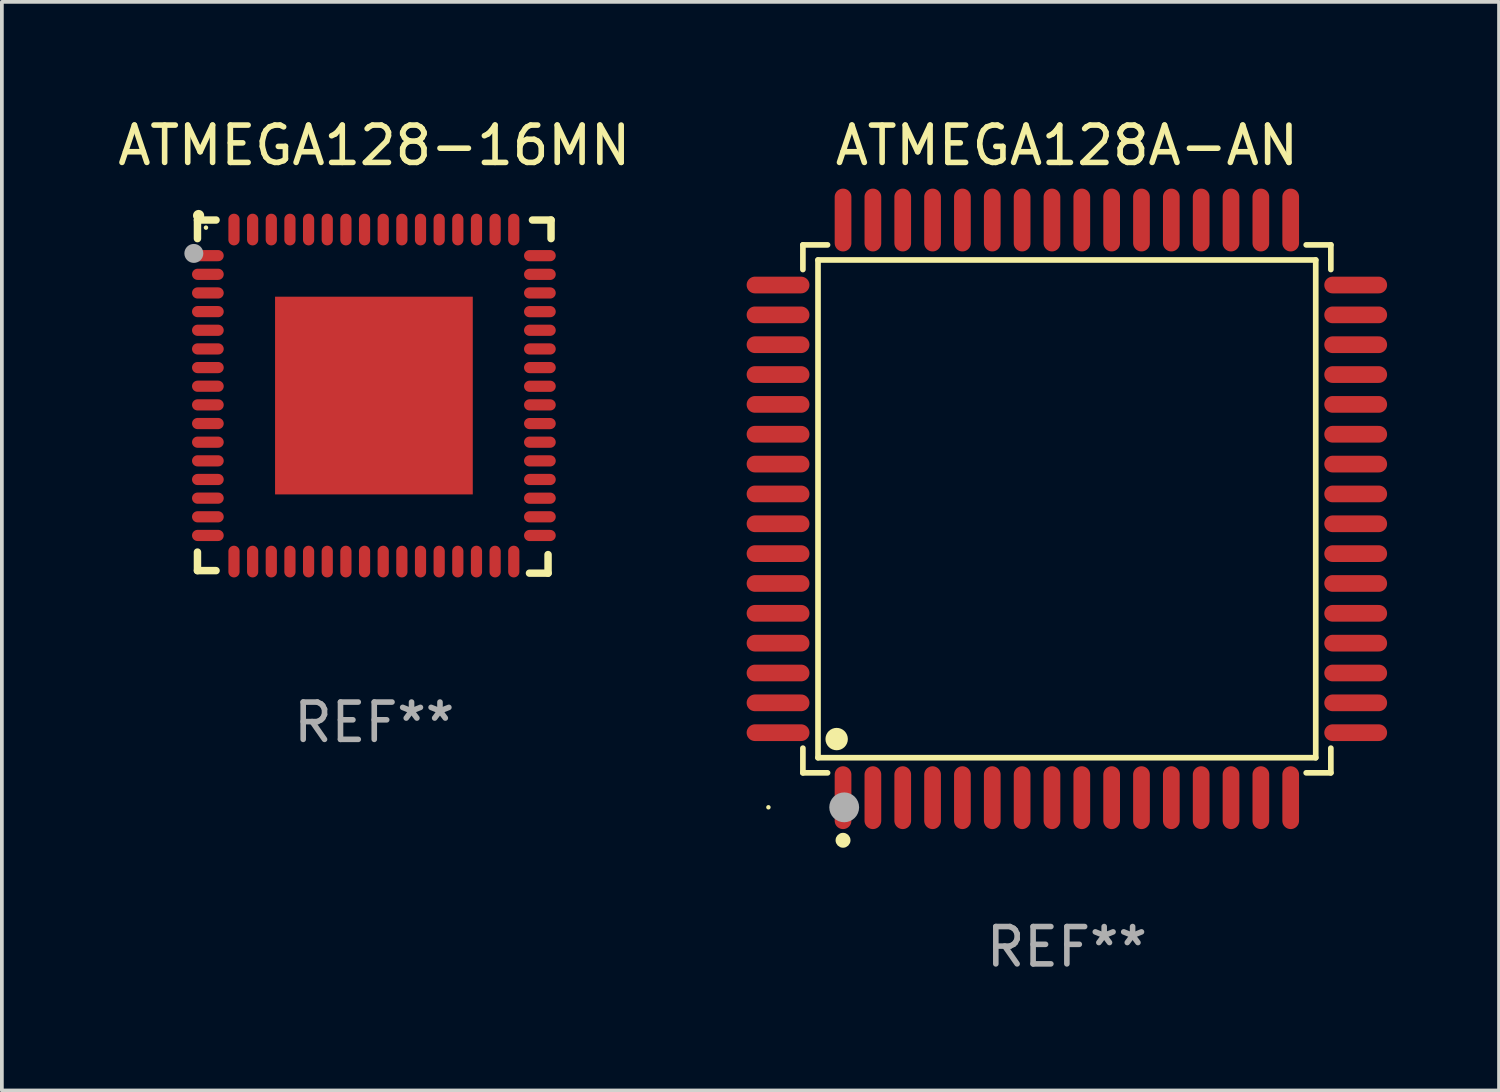
<source format=kicad_pcb>
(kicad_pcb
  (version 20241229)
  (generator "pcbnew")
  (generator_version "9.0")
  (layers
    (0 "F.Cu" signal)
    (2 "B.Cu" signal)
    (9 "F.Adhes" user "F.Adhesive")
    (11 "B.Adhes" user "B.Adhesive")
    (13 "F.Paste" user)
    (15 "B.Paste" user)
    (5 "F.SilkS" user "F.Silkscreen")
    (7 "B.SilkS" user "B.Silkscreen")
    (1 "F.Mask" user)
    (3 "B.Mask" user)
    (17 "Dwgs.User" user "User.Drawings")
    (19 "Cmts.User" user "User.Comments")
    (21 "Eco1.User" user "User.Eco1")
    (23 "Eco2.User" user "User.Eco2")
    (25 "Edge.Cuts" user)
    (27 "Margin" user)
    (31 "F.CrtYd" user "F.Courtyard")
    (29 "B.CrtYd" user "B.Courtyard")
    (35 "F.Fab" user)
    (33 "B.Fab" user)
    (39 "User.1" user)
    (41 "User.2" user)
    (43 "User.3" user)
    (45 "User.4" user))
  (footprint "ATMEGA128A-AN"
    (layer "F.Cu")
    (at 25.548 10.59)
    (property "Reference" "ATMEGA128A-AN" (at 0 -9.742 0) (layer "F.SilkS") (effects (font (size 1 1) (thickness 0.15))))
    (attr through_hole)
    (fp_line (start -7.076 -7.076) (end -6.415 -7.076) (stroke (width 0.152) (type solid)) (layer "F.SilkS"))
    (fp_line (start -7.076 -6.415) (end -7.076 -7.076) (stroke (width 0.152) (type solid)) (layer "F.SilkS"))
    (fp_line (start -7.076 6.415) (end -7.076 7.076) (stroke (width 0.152) (type solid)) (layer "F.SilkS"))
    (fp_line (start -7.076 7.076) (end -6.415 7.076) (stroke (width 0.152) (type solid)) (layer "F.SilkS"))
    (fp_line (start -6.671 -6.671) (end 6.671 -6.671) (stroke (width 0.152) (type solid)) (layer "F.SilkS"))
    (fp_line (start -6.671 6.671) (end -6.671 -6.671) (stroke (width 0.152) (type solid)) (layer "F.SilkS"))
    (fp_line (start 6.671 -6.671) (end 6.671 6.671) (stroke (width 0.152) (type solid)) (layer "F.SilkS"))
    (fp_line (start 6.671 6.671) (end -6.671 6.671) (stroke (width 0.152) (type solid)) (layer "F.SilkS"))
    (fp_line (start 7.076 -7.076) (end 6.415 -7.076) (stroke (width 0.152) (type solid)) (layer "F.SilkS"))
    (fp_line (start 7.076 -6.415) (end 7.076 -7.076) (stroke (width 0.152) (type solid)) (layer "F.SilkS"))
    (fp_line (start 7.076 6.415) (end 7.076 7.076) (stroke (width 0.152) (type solid)) (layer "F.SilkS"))
    (fp_line (start 7.076 7.076) (end 6.415 7.076) (stroke (width 0.152) (type solid)) (layer "F.SilkS"))
    (fp_circle (center -8 8) (end -7.97 8) (stroke (width 0.06) (type solid)) (fill no) (layer "F.SilkS"))
    (fp_circle (center -6.171 6.171) (end -6.021 6.171) (stroke (width 0.3) (type solid)) (fill no) (layer "F.SilkS"))
    (fp_circle (center -6 8.884) (end -5.9 8.884) (stroke (width 0.2) (type solid)) (fill no) (layer "F.SilkS"))
    (fp_circle (center -5.969 8.001) (end -5.769 8.001) (stroke (width 0.4) (type solid)) (fill no) (layer "F.Fab"))
    (fp_text user "REF**" (at 0 11.742 0) (layer "F.Fab") (effects (font (size 1 1) (thickness 0.15))))
    (pad "1" smd oval (at -6 7.742) (size 0.448 1.684) (layers "F.Cu" "F.Mask" "F.Paste"))
    (pad "2" smd oval (at -5.2 7.742) (size 0.448 1.684) (layers "F.Cu" "F.Mask" "F.Paste"))
    (pad "3" smd oval (at -4.4 7.742) (size 0.448 1.684) (layers "F.Cu" "F.Mask" "F.Paste"))
    (pad "4" smd oval (at -3.6 7.742) (size 0.448 1.684) (layers "F.Cu" "F.Mask" "F.Paste"))
    (pad "5" smd oval (at -2.8 7.742) (size 0.448 1.684) (layers "F.Cu" "F.Mask" "F.Paste"))
    (pad "6" smd oval (at -2 7.742) (size 0.448 1.684) (layers "F.Cu" "F.Mask" "F.Paste"))
    (pad "7" smd oval (at -1.2 7.742) (size 0.448 1.684) (layers "F.Cu" "F.Mask" "F.Paste"))
    (pad "8" smd oval (at -0.4 7.742) (size 0.448 1.684) (layers "F.Cu" "F.Mask" "F.Paste"))
    (pad "9" smd oval (at 0.4 7.742) (size 0.448 1.684) (layers "F.Cu" "F.Mask" "F.Paste"))
    (pad "10" smd oval (at 1.2 7.742) (size 0.448 1.684) (layers "F.Cu" "F.Mask" "F.Paste"))
    (pad "11" smd oval (at 2 7.742) (size 0.448 1.684) (layers "F.Cu" "F.Mask" "F.Paste"))
    (pad "12" smd oval (at 2.8 7.742) (size 0.448 1.684) (layers "F.Cu" "F.Mask" "F.Paste"))
    (pad "13" smd oval (at 3.6 7.742) (size 0.448 1.684) (layers "F.Cu" "F.Mask" "F.Paste"))
    (pad "14" smd oval (at 4.4 7.742) (size 0.448 1.684) (layers "F.Cu" "F.Mask" "F.Paste"))
    (pad "15" smd oval (at 5.2 7.742) (size 0.448 1.684) (layers "F.Cu" "F.Mask" "F.Paste"))
    (pad "16" smd oval (at 6 7.742) (size 0.448 1.684) (layers "F.Cu" "F.Mask" "F.Paste"))
    (pad "17" smd oval (at 7.742 6) (size 1.684 0.448) (layers "F.Cu" "F.Mask" "F.Paste"))
    (pad "18" smd oval (at 7.742 5.2) (size 1.684 0.448) (layers "F.Cu" "F.Mask" "F.Paste"))
    (pad "19" smd oval (at 7.742 4.4) (size 1.684 0.448) (layers "F.Cu" "F.Mask" "F.Paste"))
    (pad "20" smd oval (at 7.742 3.6) (size 1.684 0.448) (layers "F.Cu" "F.Mask" "F.Paste"))
    (pad "21" smd oval (at 7.742 2.8) (size 1.684 0.448) (layers "F.Cu" "F.Mask" "F.Paste"))
    (pad "22" smd oval (at 7.742 2) (size 1.684 0.448) (layers "F.Cu" "F.Mask" "F.Paste"))
    (pad "23" smd oval (at 7.742 1.2) (size 1.684 0.448) (layers "F.Cu" "F.Mask" "F.Paste"))
    (pad "24" smd oval (at 7.742 0.4) (size 1.684 0.448) (layers "F.Cu" "F.Mask" "F.Paste"))
    (pad "25" smd oval (at 7.742 -0.4) (size 1.684 0.448) (layers "F.Cu" "F.Mask" "F.Paste"))
    (pad "26" smd oval (at 7.742 -1.2) (size 1.684 0.448) (layers "F.Cu" "F.Mask" "F.Paste"))
    (pad "27" smd oval (at 7.742 -2) (size 1.684 0.448) (layers "F.Cu" "F.Mask" "F.Paste"))
    (pad "28" smd oval (at 7.742 -2.8) (size 1.684 0.448) (layers "F.Cu" "F.Mask" "F.Paste"))
    (pad "29" smd oval (at 7.742 -3.6) (size 1.684 0.448) (layers "F.Cu" "F.Mask" "F.Paste"))
    (pad "30" smd oval (at 7.742 -4.4) (size 1.684 0.448) (layers "F.Cu" "F.Mask" "F.Paste"))
    (pad "31" smd oval (at 7.742 -5.2) (size 1.684 0.448) (layers "F.Cu" "F.Mask" "F.Paste"))
    (pad "32" smd oval (at 7.742 -6) (size 1.684 0.448) (layers "F.Cu" "F.Mask" "F.Paste"))
    (pad "33" smd oval (at 6 -7.742) (size 0.448 1.684) (layers "F.Cu" "F.Mask" "F.Paste"))
    (pad "34" smd oval (at 5.2 -7.742) (size 0.448 1.684) (layers "F.Cu" "F.Mask" "F.Paste"))
    (pad "35" smd oval (at 4.4 -7.742) (size 0.448 1.684) (layers "F.Cu" "F.Mask" "F.Paste"))
    (pad "36" smd oval (at 3.6 -7.742) (size 0.448 1.684) (layers "F.Cu" "F.Mask" "F.Paste"))
    (pad "37" smd oval (at 2.8 -7.742) (size 0.448 1.684) (layers "F.Cu" "F.Mask" "F.Paste"))
    (pad "38" smd oval (at 2 -7.742) (size 0.448 1.684) (layers "F.Cu" "F.Mask" "F.Paste"))
    (pad "39" smd oval (at 1.2 -7.742) (size 0.448 1.684) (layers "F.Cu" "F.Mask" "F.Paste"))
    (pad "40" smd oval (at 0.4 -7.742) (size 0.448 1.684) (layers "F.Cu" "F.Mask" "F.Paste"))
    (pad "41" smd oval (at -0.4 -7.742) (size 0.448 1.684) (layers "F.Cu" "F.Mask" "F.Paste"))
    (pad "42" smd oval (at -1.2 -7.742) (size 0.448 1.684) (layers "F.Cu" "F.Mask" "F.Paste"))
    (pad "43" smd oval (at -2 -7.742) (size 0.448 1.684) (layers "F.Cu" "F.Mask" "F.Paste"))
    (pad "44" smd oval (at -2.8 -7.742) (size 0.448 1.684) (layers "F.Cu" "F.Mask" "F.Paste"))
    (pad "45" smd oval (at -3.6 -7.742) (size 0.448 1.684) (layers "F.Cu" "F.Mask" "F.Paste"))
    (pad "46" smd oval (at -4.4 -7.742) (size 0.448 1.684) (layers "F.Cu" "F.Mask" "F.Paste"))
    (pad "47" smd oval (at -5.2 -7.742) (size 0.448 1.684) (layers "F.Cu" "F.Mask" "F.Paste"))
    (pad "48" smd oval (at -6 -7.742) (size 0.448 1.684) (layers "F.Cu" "F.Mask" "F.Paste"))
    (pad "49" smd oval (at -7.742 -6) (size 1.684 0.448) (layers "F.Cu" "F.Mask" "F.Paste"))
    (pad "50" smd oval (at -7.742 -5.2) (size 1.684 0.448) (layers "F.Cu" "F.Mask" "F.Paste"))
    (pad "51" smd oval (at -7.742 -4.4) (size 1.684 0.448) (layers "F.Cu" "F.Mask" "F.Paste"))
    (pad "52" smd oval (at -7.742 -3.6) (size 1.684 0.448) (layers "F.Cu" "F.Mask" "F.Paste"))
    (pad "53" smd oval (at -7.742 -2.8) (size 1.684 0.448) (layers "F.Cu" "F.Mask" "F.Paste"))
    (pad "54" smd oval (at -7.742 -2) (size 1.684 0.448) (layers "F.Cu" "F.Mask" "F.Paste"))
    (pad "55" smd oval (at -7.742 -1.2) (size 1.684 0.448) (layers "F.Cu" "F.Mask" "F.Paste"))
    (pad "56" smd oval (at -7.742 -0.4) (size 1.684 0.448) (layers "F.Cu" "F.Mask" "F.Paste"))
    (pad "57" smd oval (at -7.742 0.4) (size 1.684 0.448) (layers "F.Cu" "F.Mask" "F.Paste"))
    (pad "58" smd oval (at -7.742 1.2) (size 1.684 0.448) (layers "F.Cu" "F.Mask" "F.Paste"))
    (pad "59" smd oval (at -7.742 2) (size 1.684 0.448) (layers "F.Cu" "F.Mask" "F.Paste"))
    (pad "60" smd oval (at -7.742 2.8) (size 1.684 0.448) (layers "F.Cu" "F.Mask" "F.Paste"))
    (pad "61" smd oval (at -7.742 3.6) (size 1.684 0.448) (layers "F.Cu" "F.Mask" "F.Paste"))
    (pad "62" smd oval (at -7.742 4.4) (size 1.684 0.448) (layers "F.Cu" "F.Mask" "F.Paste"))
    (pad "63" smd oval (at -7.742 5.2) (size 1.684 0.448) (layers "F.Cu" "F.Mask" "F.Paste"))
    (pad "64" smd oval (at -7.742 6) (size 1.684 0.448) (layers "F.Cu" "F.Mask" "F.Paste")))
  (footprint "ATMEGA128-16MN"
    (layer "F.Cu")
    (at 6.982 7.581)
    (property "Reference" "ATMEGA128-16MN" (at 0 -6.733 0) (layer "F.SilkS") (effects (font (size 1 1) (thickness 0.15))))
    (attr through_hole)
    (fp_line (start -4.739 -4.733) (end -4.241 -4.733) (stroke (width 0.2) (type solid)) (layer "F.SilkS"))
    (fp_line (start -4.739 -4.235) (end -4.739 -4.733) (stroke (width 0.2) (type solid)) (layer "F.SilkS"))
    (fp_line (start -4.739 4.168) (end -4.739 4.665) (stroke (width 0.2) (type solid)) (layer "F.SilkS"))
    (fp_line (start -4.739 4.665) (end -4.241 4.665) (stroke (width 0.2) (type solid)) (layer "F.SilkS"))
    (fp_line (start 4.161 4.733) (end 4.659 4.733) (stroke (width 0.2) (type solid)) (layer "F.SilkS"))
    (fp_line (start 4.241 -4.733) (end 4.739 -4.733) (stroke (width 0.2) (type solid)) (layer "F.SilkS"))
    (fp_line (start 4.659 4.733) (end 4.659 4.235) (stroke (width 0.2) (type solid)) (layer "F.SilkS"))
    (fp_line (start 4.739 -4.733) (end 4.739 -4.235) (stroke (width 0.2) (type solid)) (layer "F.SilkS"))
    (fp_arc (start -4.708623 -4.85108) (mid -4.708628 -4.85235) (end -4.708623 -4.85362) (stroke (width 0.3) (type solid)) (layer "F.SilkS"))
    (fp_circle (center -4.511 -4.529) (end -4.481 -4.529) (stroke (width 0.06) (type solid)) (fill no) (layer "F.SilkS"))
    (fp_circle (center -4.836 -3.838) (end -4.709 -3.838) (stroke (width 0.254) (type solid)) (fill no) (layer "F.Fab"))
    (fp_text user "REF**" (at 0 8.733 0) (layer "F.Fab") (effects (font (size 1 1) (thickness 0.15))))
    (pad "1" smd oval (at -4.46 -3.778) (size 0.85 0.3) (layers "F.Cu" "F.Mask" "F.Paste"))
    (pad "2" smd oval (at -4.46 -3.278) (size 0.85 0.3) (layers "F.Cu" "F.Mask" "F.Paste"))
    (pad "3" smd oval (at -4.46 -2.778) (size 0.85 0.3) (layers "F.Cu" "F.Mask" "F.Paste"))
    (pad "4" smd oval (at -4.46 -2.278) (size 0.85 0.3) (layers "F.Cu" "F.Mask" "F.Paste"))
    (pad "5" smd oval (at -4.46 -1.778) (size 0.85 0.3) (layers "F.Cu" "F.Mask" "F.Paste"))
    (pad "6" smd oval (at -4.46 -1.278) (size 0.85 0.3) (layers "F.Cu" "F.Mask" "F.Paste"))
    (pad "7" smd oval (at -4.46 -0.778) (size 0.85 0.3) (layers "F.Cu" "F.Mask" "F.Paste"))
    (pad "8" smd oval (at -4.46 -0.278) (size 0.85 0.3) (layers "F.Cu" "F.Mask" "F.Paste"))
    (pad "9" smd oval (at -4.46 0.222) (size 0.85 0.3) (layers "F.Cu" "F.Mask" "F.Paste"))
    (pad "10" smd oval (at -4.46 0.722) (size 0.85 0.3) (layers "F.Cu" "F.Mask" "F.Paste"))
    (pad "11" smd oval (at -4.46 1.222) (size 0.85 0.3) (layers "F.Cu" "F.Mask" "F.Paste"))
    (pad "12" smd oval (at -4.46 1.722) (size 0.85 0.3) (layers "F.Cu" "F.Mask" "F.Paste"))
    (pad "13" smd oval (at -4.46 2.222) (size 0.85 0.3) (layers "F.Cu" "F.Mask" "F.Paste"))
    (pad "14" smd oval (at -4.46 2.722) (size 0.85 0.3) (layers "F.Cu" "F.Mask" "F.Paste"))
    (pad "15" smd oval (at -4.46 3.222) (size 0.85 0.3) (layers "F.Cu" "F.Mask" "F.Paste"))
    (pad "16" smd oval (at -4.46 3.722) (size 0.85 0.3) (layers "F.Cu" "F.Mask" "F.Paste"))
    (pad "17" smd oval (at -3.76 4.422) (size 0.3 0.85) (layers "F.Cu" "F.Mask" "F.Paste"))
    (pad "18" smd oval (at -3.26 4.422) (size 0.3 0.85) (layers "F.Cu" "F.Mask" "F.Paste"))
    (pad "19" smd oval (at -2.76 4.422) (size 0.3 0.85) (layers "F.Cu" "F.Mask" "F.Paste"))
    (pad "20" smd oval (at -2.26 4.422) (size 0.3 0.85) (layers "F.Cu" "F.Mask" "F.Paste"))
    (pad "21" smd oval (at -1.76 4.422) (size 0.3 0.85) (layers "F.Cu" "F.Mask" "F.Paste"))
    (pad "22" smd oval (at -1.26 4.422) (size 0.3 0.85) (layers "F.Cu" "F.Mask" "F.Paste"))
    (pad "23" smd oval (at -0.76 4.422) (size 0.3 0.85) (layers "F.Cu" "F.Mask" "F.Paste"))
    (pad "24" smd oval (at -0.26 4.422) (size 0.3 0.85) (layers "F.Cu" "F.Mask" "F.Paste"))
    (pad "25" smd oval (at 0.24 4.422) (size 0.3 0.85) (layers "F.Cu" "F.Mask" "F.Paste"))
    (pad "26" smd oval (at 0.74 4.422) (size 0.3 0.85) (layers "F.Cu" "F.Mask" "F.Paste"))
    (pad "27" smd oval (at 1.24 4.422) (size 0.3 0.85) (layers "F.Cu" "F.Mask" "F.Paste"))
    (pad "28" smd oval (at 1.74 4.422) (size 0.3 0.85) (layers "F.Cu" "F.Mask" "F.Paste"))
    (pad "29" smd oval (at 2.24 4.422) (size 0.3 0.85) (layers "F.Cu" "F.Mask" "F.Paste"))
    (pad "30" smd oval (at 2.74 4.422) (size 0.3 0.85) (layers "F.Cu" "F.Mask" "F.Paste"))
    (pad "31" smd oval (at 3.24 4.422) (size 0.3 0.85) (layers "F.Cu" "F.Mask" "F.Paste"))
    (pad "32" smd oval (at 3.74 4.422) (size 0.3 0.85) (layers "F.Cu" "F.Mask" "F.Paste"))
    (pad "33" smd oval (at 4.44 3.723) (size 0.85 0.3) (layers "F.Cu" "F.Mask" "F.Paste"))
    (pad "34" smd oval (at 4.44 3.222) (size 0.85 0.3) (layers "F.Cu" "F.Mask" "F.Paste"))
    (pad "35" smd oval (at 4.44 2.723) (size 0.85 0.3) (layers "F.Cu" "F.Mask" "F.Paste"))
    (pad "36" smd oval (at 4.44 2.222) (size 0.85 0.3) (layers "F.Cu" "F.Mask" "F.Paste"))
    (pad "37" smd oval (at 4.44 1.723) (size 0.85 0.3) (layers "F.Cu" "F.Mask" "F.Paste"))
    (pad "38" smd oval (at 4.44 1.222) (size 0.85 0.3) (layers "F.Cu" "F.Mask" "F.Paste"))
    (pad "39" smd oval (at 4.44 0.723) (size 0.85 0.3) (layers "F.Cu" "F.Mask" "F.Paste"))
    (pad "40" smd oval (at 4.44 0.222) (size 0.85 0.3) (layers "F.Cu" "F.Mask" "F.Paste"))
    (pad "41" smd oval (at 4.44 -0.277) (size 0.85 0.3) (layers "F.Cu" "F.Mask" "F.Paste"))
    (pad "42" smd oval (at 4.44 -0.778) (size 0.85 0.3) (layers "F.Cu" "F.Mask" "F.Paste"))
    (pad "43" smd oval (at 4.44 -1.277) (size 0.85 0.3) (layers "F.Cu" "F.Mask" "F.Paste"))
    (pad "44" smd oval (at 4.44 -1.778) (size 0.85 0.3) (layers "F.Cu" "F.Mask" "F.Paste"))
    (pad "45" smd oval (at 4.44 -2.277) (size 0.85 0.3) (layers "F.Cu" "F.Mask" "F.Paste"))
    (pad "46" smd oval (at 4.44 -2.778) (size 0.85 0.3) (layers "F.Cu" "F.Mask" "F.Paste"))
    (pad "47" smd oval (at 4.44 -3.277) (size 0.85 0.3) (layers "F.Cu" "F.Mask" "F.Paste"))
    (pad "48" smd oval (at 4.44 -3.778) (size 0.85 0.3) (layers "F.Cu" "F.Mask" "F.Paste"))
    (pad "49" smd oval (at 3.74 -4.478) (size 0.3 0.85) (layers "F.Cu" "F.Mask" "F.Paste"))
    (pad "50" smd oval (at 3.24 -4.478) (size 0.3 0.85) (layers "F.Cu" "F.Mask" "F.Paste"))
    (pad "51" smd oval (at 2.74 -4.478) (size 0.3 0.85) (layers "F.Cu" "F.Mask" "F.Paste"))
    (pad "52" smd oval (at 2.24 -4.478) (size 0.3 0.85) (layers "F.Cu" "F.Mask" "F.Paste"))
    (pad "53" smd oval (at 1.74 -4.478) (size 0.3 0.85) (layers "F.Cu" "F.Mask" "F.Paste"))
    (pad "54" smd oval (at 1.24 -4.478) (size 0.3 0.85) (layers "F.Cu" "F.Mask" "F.Paste"))
    (pad "55" smd oval (at 0.74 -4.478) (size 0.3 0.85) (layers "F.Cu" "F.Mask" "F.Paste"))
    (pad "56" smd oval (at 0.24 -4.478) (size 0.3 0.85) (layers "F.Cu" "F.Mask" "F.Paste"))
    (pad "57" smd oval (at -0.26 -4.478) (size 0.3 0.85) (layers "F.Cu" "F.Mask" "F.Paste"))
    (pad "58" smd oval (at -0.76 -4.478) (size 0.3 0.85) (layers "F.Cu" "F.Mask" "F.Paste"))
    (pad "59" smd oval (at -1.26 -4.478) (size 0.3 0.85) (layers "F.Cu" "F.Mask" "F.Paste"))
    (pad "60" smd oval (at -1.76 -4.478) (size 0.3 0.85) (layers "F.Cu" "F.Mask" "F.Paste"))
    (pad "61" smd oval (at -2.26 -4.478) (size 0.3 0.85) (layers "F.Cu" "F.Mask" "F.Paste"))
    (pad "62" smd oval (at -2.76 -4.478) (size 0.3 0.85) (layers "F.Cu" "F.Mask" "F.Paste"))
    (pad "63" smd oval (at -3.26 -4.478) (size 0.3 0.85) (layers "F.Cu" "F.Mask" "F.Paste"))
    (pad "64" smd oval (at -3.76 -4.478) (size 0.3 0.85) (layers "F.Cu" "F.Mask" "F.Paste"))
    (pad "65" smd rect (at -0.009 -0.028 90) (size 5.3 5.3) (layers "F.Cu" "F.Mask" "F.Paste")))
  (gr_rect
    (start -3 -3)
    (end 37.132 26.18)
    (stroke (width 0.1) (type default))
    (fill no)
    (layer "Edge.Cuts")))
</source>
